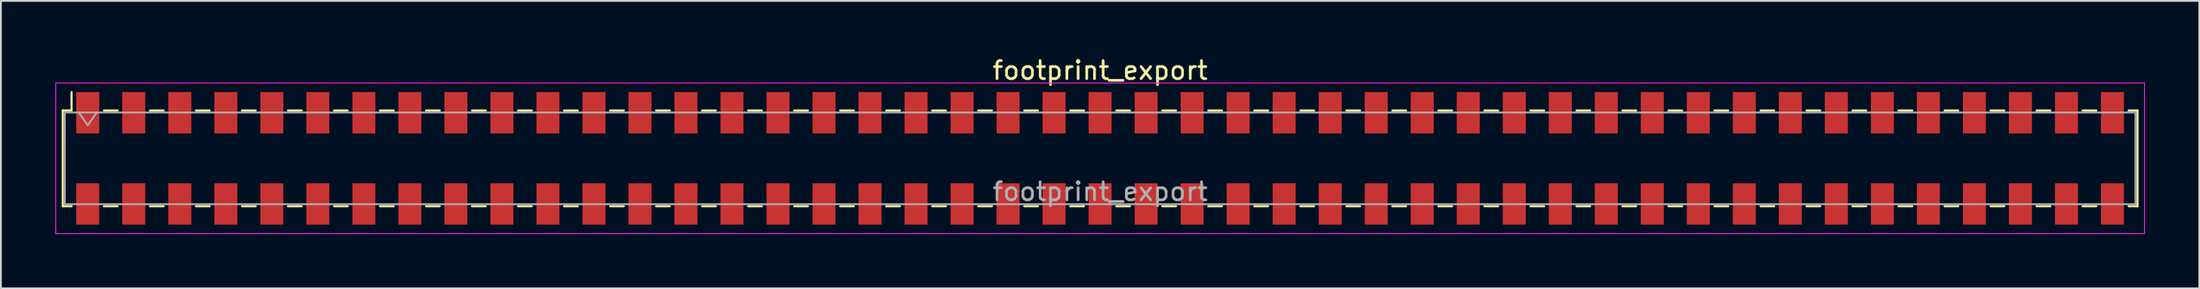
<source format=kicad_pcb>
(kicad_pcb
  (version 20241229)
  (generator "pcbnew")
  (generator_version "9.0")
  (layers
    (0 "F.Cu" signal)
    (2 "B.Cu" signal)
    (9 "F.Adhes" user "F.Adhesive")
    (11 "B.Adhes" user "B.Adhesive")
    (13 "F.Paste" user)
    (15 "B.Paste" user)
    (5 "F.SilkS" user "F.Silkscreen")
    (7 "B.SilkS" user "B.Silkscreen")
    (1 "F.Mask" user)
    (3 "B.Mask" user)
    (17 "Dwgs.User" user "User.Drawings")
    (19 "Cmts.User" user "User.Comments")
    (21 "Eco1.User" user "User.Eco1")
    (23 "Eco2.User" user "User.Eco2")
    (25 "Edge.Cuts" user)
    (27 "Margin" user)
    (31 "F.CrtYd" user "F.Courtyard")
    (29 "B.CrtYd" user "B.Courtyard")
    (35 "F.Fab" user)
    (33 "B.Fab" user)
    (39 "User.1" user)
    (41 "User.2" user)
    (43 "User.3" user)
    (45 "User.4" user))
  (footprint "footprint_export"
    (layer "F.Cu")
    (at 57.675 5.718)
    (property "Reference" "footprint_export" (at 0 -4.87 0) (layer "F.SilkS") (effects (font (size 1 1) (thickness 0.15))))
    (attr smd)
    (fp_line (start -57.26 -2.65) (end -57.26 2.65) (stroke (width 0.12) (type solid)) (layer "F.SilkS"))
    (fp_line (start -57.26 2.65) (end -56.775 2.65) (stroke (width 0.12) (type solid)) (layer "F.SilkS"))
    (fp_line (start -56.775 -3.67) (end -56.775 -2.65) (stroke (width 0.12) (type solid)) (layer "F.SilkS"))
    (fp_line (start -56.775 -2.65) (end -57.26 -2.65) (stroke (width 0.12) (type solid)) (layer "F.SilkS"))
    (fp_line (start -54.985 -2.65) (end -54.235 -2.65) (stroke (width 0.12) (type solid)) (layer "F.SilkS"))
    (fp_line (start -54.985 2.65) (end -54.235 2.65) (stroke (width 0.12) (type solid)) (layer "F.SilkS"))
    (fp_line (start -52.445 -2.65) (end -51.695 -2.65) (stroke (width 0.12) (type solid)) (layer "F.SilkS"))
    (fp_line (start -52.445 2.65) (end -51.695 2.65) (stroke (width 0.12) (type solid)) (layer "F.SilkS"))
    (fp_line (start -49.905 -2.65) (end -49.155 -2.65) (stroke (width 0.12) (type solid)) (layer "F.SilkS"))
    (fp_line (start -49.905 2.65) (end -49.155 2.65) (stroke (width 0.12) (type solid)) (layer "F.SilkS"))
    (fp_line (start -47.365 -2.65) (end -46.615 -2.65) (stroke (width 0.12) (type solid)) (layer "F.SilkS"))
    (fp_line (start -47.365 2.65) (end -46.615 2.65) (stroke (width 0.12) (type solid)) (layer "F.SilkS"))
    (fp_line (start -44.825 -2.65) (end -44.075 -2.65) (stroke (width 0.12) (type solid)) (layer "F.SilkS"))
    (fp_line (start -44.825 2.65) (end -44.075 2.65) (stroke (width 0.12) (type solid)) (layer "F.SilkS"))
    (fp_line (start -42.285 -2.65) (end -41.535 -2.65) (stroke (width 0.12) (type solid)) (layer "F.SilkS"))
    (fp_line (start -42.285 2.65) (end -41.535 2.65) (stroke (width 0.12) (type solid)) (layer "F.SilkS"))
    (fp_line (start -39.745 -2.65) (end -38.995 -2.65) (stroke (width 0.12) (type solid)) (layer "F.SilkS"))
    (fp_line (start -39.745 2.65) (end -38.995 2.65) (stroke (width 0.12) (type solid)) (layer "F.SilkS"))
    (fp_line (start -37.205 -2.65) (end -36.455 -2.65) (stroke (width 0.12) (type solid)) (layer "F.SilkS"))
    (fp_line (start -37.205 2.65) (end -36.455 2.65) (stroke (width 0.12) (type solid)) (layer "F.SilkS"))
    (fp_line (start -34.665 -2.65) (end -33.915 -2.65) (stroke (width 0.12) (type solid)) (layer "F.SilkS"))
    (fp_line (start -34.665 2.65) (end -33.915 2.65) (stroke (width 0.12) (type solid)) (layer "F.SilkS"))
    (fp_line (start -32.125 -2.65) (end -31.375 -2.65) (stroke (width 0.12) (type solid)) (layer "F.SilkS"))
    (fp_line (start -32.125 2.65) (end -31.375 2.65) (stroke (width 0.12) (type solid)) (layer "F.SilkS"))
    (fp_line (start -29.585 -2.65) (end -28.835 -2.65) (stroke (width 0.12) (type solid)) (layer "F.SilkS"))
    (fp_line (start -29.585 2.65) (end -28.835 2.65) (stroke (width 0.12) (type solid)) (layer "F.SilkS"))
    (fp_line (start -27.045 -2.65) (end -26.295 -2.65) (stroke (width 0.12) (type solid)) (layer "F.SilkS"))
    (fp_line (start -27.045 2.65) (end -26.295 2.65) (stroke (width 0.12) (type solid)) (layer "F.SilkS"))
    (fp_line (start -24.505 -2.65) (end -23.755 -2.65) (stroke (width 0.12) (type solid)) (layer "F.SilkS"))
    (fp_line (start -24.505 2.65) (end -23.755 2.65) (stroke (width 0.12) (type solid)) (layer "F.SilkS"))
    (fp_line (start -21.965 -2.65) (end -21.215 -2.65) (stroke (width 0.12) (type solid)) (layer "F.SilkS"))
    (fp_line (start -21.965 2.65) (end -21.215 2.65) (stroke (width 0.12) (type solid)) (layer "F.SilkS"))
    (fp_line (start -19.425 -2.65) (end -18.675 -2.65) (stroke (width 0.12) (type solid)) (layer "F.SilkS"))
    (fp_line (start -19.425 2.65) (end -18.675 2.65) (stroke (width 0.12) (type solid)) (layer "F.SilkS"))
    (fp_line (start -16.885 -2.65) (end -16.135 -2.65) (stroke (width 0.12) (type solid)) (layer "F.SilkS"))
    (fp_line (start -16.885 2.65) (end -16.135 2.65) (stroke (width 0.12) (type solid)) (layer "F.SilkS"))
    (fp_line (start -14.345 -2.65) (end -13.595 -2.65) (stroke (width 0.12) (type solid)) (layer "F.SilkS"))
    (fp_line (start -14.345 2.65) (end -13.595 2.65) (stroke (width 0.12) (type solid)) (layer "F.SilkS"))
    (fp_line (start -11.805 -2.65) (end -11.055 -2.65) (stroke (width 0.12) (type solid)) (layer "F.SilkS"))
    (fp_line (start -11.805 2.65) (end -11.055 2.65) (stroke (width 0.12) (type solid)) (layer "F.SilkS"))
    (fp_line (start -9.265 -2.65) (end -8.515 -2.65) (stroke (width 0.12) (type solid)) (layer "F.SilkS"))
    (fp_line (start -9.265 2.65) (end -8.515 2.65) (stroke (width 0.12) (type solid)) (layer "F.SilkS"))
    (fp_line (start -6.725 -2.65) (end -5.975 -2.65) (stroke (width 0.12) (type solid)) (layer "F.SilkS"))
    (fp_line (start -6.725 2.65) (end -5.975 2.65) (stroke (width 0.12) (type solid)) (layer "F.SilkS"))
    (fp_line (start -4.185 -2.65) (end -3.435 -2.65) (stroke (width 0.12) (type solid)) (layer "F.SilkS"))
    (fp_line (start -4.185 2.65) (end -3.435 2.65) (stroke (width 0.12) (type solid)) (layer "F.SilkS"))
    (fp_line (start -1.645 -2.65) (end -0.895 -2.65) (stroke (width 0.12) (type solid)) (layer "F.SilkS"))
    (fp_line (start -1.645 2.65) (end -0.895 2.65) (stroke (width 0.12) (type solid)) (layer "F.SilkS"))
    (fp_line (start 0.895 -2.65) (end 1.645 -2.65) (stroke (width 0.12) (type solid)) (layer "F.SilkS"))
    (fp_line (start 0.895 2.65) (end 1.645 2.65) (stroke (width 0.12) (type solid)) (layer "F.SilkS"))
    (fp_line (start 3.435 -2.65) (end 4.185 -2.65) (stroke (width 0.12) (type solid)) (layer "F.SilkS"))
    (fp_line (start 3.435 2.65) (end 4.185 2.65) (stroke (width 0.12) (type solid)) (layer "F.SilkS"))
    (fp_line (start 5.975 -2.65) (end 6.725 -2.65) (stroke (width 0.12) (type solid)) (layer "F.SilkS"))
    (fp_line (start 5.975 2.65) (end 6.725 2.65) (stroke (width 0.12) (type solid)) (layer "F.SilkS"))
    (fp_line (start 8.515 -2.65) (end 9.265 -2.65) (stroke (width 0.12) (type solid)) (layer "F.SilkS"))
    (fp_line (start 8.515 2.65) (end 9.265 2.65) (stroke (width 0.12) (type solid)) (layer "F.SilkS"))
    (fp_line (start 11.055 -2.65) (end 11.805 -2.65) (stroke (width 0.12) (type solid)) (layer "F.SilkS"))
    (fp_line (start 11.055 2.65) (end 11.805 2.65) (stroke (width 0.12) (type solid)) (layer "F.SilkS"))
    (fp_line (start 13.595 -2.65) (end 14.345 -2.65) (stroke (width 0.12) (type solid)) (layer "F.SilkS"))
    (fp_line (start 13.595 2.65) (end 14.345 2.65) (stroke (width 0.12) (type solid)) (layer "F.SilkS"))
    (fp_line (start 16.135 -2.65) (end 16.885 -2.65) (stroke (width 0.12) (type solid)) (layer "F.SilkS"))
    (fp_line (start 16.135 2.65) (end 16.885 2.65) (stroke (width 0.12) (type solid)) (layer "F.SilkS"))
    (fp_line (start 18.675 -2.65) (end 19.425 -2.65) (stroke (width 0.12) (type solid)) (layer "F.SilkS"))
    (fp_line (start 18.675 2.65) (end 19.425 2.65) (stroke (width 0.12) (type solid)) (layer "F.SilkS"))
    (fp_line (start 21.215 -2.65) (end 21.965 -2.65) (stroke (width 0.12) (type solid)) (layer "F.SilkS"))
    (fp_line (start 21.215 2.65) (end 21.965 2.65) (stroke (width 0.12) (type solid)) (layer "F.SilkS"))
    (fp_line (start 23.755 -2.65) (end 24.505 -2.65) (stroke (width 0.12) (type solid)) (layer "F.SilkS"))
    (fp_line (start 23.755 2.65) (end 24.505 2.65) (stroke (width 0.12) (type solid)) (layer "F.SilkS"))
    (fp_line (start 26.295 -2.65) (end 27.045 -2.65) (stroke (width 0.12) (type solid)) (layer "F.SilkS"))
    (fp_line (start 26.295 2.65) (end 27.045 2.65) (stroke (width 0.12) (type solid)) (layer "F.SilkS"))
    (fp_line (start 28.835 -2.65) (end 29.585 -2.65) (stroke (width 0.12) (type solid)) (layer "F.SilkS"))
    (fp_line (start 28.835 2.65) (end 29.585 2.65) (stroke (width 0.12) (type solid)) (layer "F.SilkS"))
    (fp_line (start 31.375 -2.65) (end 32.125 -2.65) (stroke (width 0.12) (type solid)) (layer "F.SilkS"))
    (fp_line (start 31.375 2.65) (end 32.125 2.65) (stroke (width 0.12) (type solid)) (layer "F.SilkS"))
    (fp_line (start 33.915 -2.65) (end 34.665 -2.65) (stroke (width 0.12) (type solid)) (layer "F.SilkS"))
    (fp_line (start 33.915 2.65) (end 34.665 2.65) (stroke (width 0.12) (type solid)) (layer "F.SilkS"))
    (fp_line (start 36.455 -2.65) (end 37.205 -2.65) (stroke (width 0.12) (type solid)) (layer "F.SilkS"))
    (fp_line (start 36.455 2.65) (end 37.205 2.65) (stroke (width 0.12) (type solid)) (layer "F.SilkS"))
    (fp_line (start 38.995 -2.65) (end 39.745 -2.65) (stroke (width 0.12) (type solid)) (layer "F.SilkS"))
    (fp_line (start 38.995 2.65) (end 39.745 2.65) (stroke (width 0.12) (type solid)) (layer "F.SilkS"))
    (fp_line (start 41.535 -2.65) (end 42.285 -2.65) (stroke (width 0.12) (type solid)) (layer "F.SilkS"))
    (fp_line (start 41.535 2.65) (end 42.285 2.65) (stroke (width 0.12) (type solid)) (layer "F.SilkS"))
    (fp_line (start 44.075 -2.65) (end 44.825 -2.65) (stroke (width 0.12) (type solid)) (layer "F.SilkS"))
    (fp_line (start 44.075 2.65) (end 44.825 2.65) (stroke (width 0.12) (type solid)) (layer "F.SilkS"))
    (fp_line (start 46.615 -2.65) (end 47.365 -2.65) (stroke (width 0.12) (type solid)) (layer "F.SilkS"))
    (fp_line (start 46.615 2.65) (end 47.365 2.65) (stroke (width 0.12) (type solid)) (layer "F.SilkS"))
    (fp_line (start 49.155 -2.65) (end 49.905 -2.65) (stroke (width 0.12) (type solid)) (layer "F.SilkS"))
    (fp_line (start 49.155 2.65) (end 49.905 2.65) (stroke (width 0.12) (type solid)) (layer "F.SilkS"))
    (fp_line (start 51.695 -2.65) (end 52.445 -2.65) (stroke (width 0.12) (type solid)) (layer "F.SilkS"))
    (fp_line (start 51.695 2.65) (end 52.445 2.65) (stroke (width 0.12) (type solid)) (layer "F.SilkS"))
    (fp_line (start 54.235 -2.65) (end 54.985 -2.65) (stroke (width 0.12) (type solid)) (layer "F.SilkS"))
    (fp_line (start 54.235 2.65) (end 54.985 2.65) (stroke (width 0.12) (type solid)) (layer "F.SilkS"))
    (fp_line (start 56.775 -2.65) (end 57.26 -2.65) (stroke (width 0.12) (type solid)) (layer "F.SilkS"))
    (fp_line (start 57.26 -2.65) (end 57.26 2.65) (stroke (width 0.12) (type solid)) (layer "F.SilkS"))
    (fp_line (start 57.26 2.65) (end 56.775 2.65) (stroke (width 0.12) (type solid)) (layer "F.SilkS"))
    (fp_line (start -57.65 -4.17) (end 57.65 -4.17) (stroke (width 0.05) (type solid)) (layer "F.CrtYd"))
    (fp_line (start -57.65 4.17) (end -57.65 -4.17) (stroke (width 0.05) (type solid)) (layer "F.CrtYd"))
    (fp_line (start 57.65 -4.17) (end 57.65 4.17) (stroke (width 0.05) (type solid)) (layer "F.CrtYd"))
    (fp_line (start 57.65 4.17) (end -57.65 4.17) (stroke (width 0.05) (type solid)) (layer "F.CrtYd"))
    (fp_line (start -57.15 -2.54) (end 57.15 -2.54) (stroke (width 0.1) (type solid)) (layer "F.Fab"))
    (fp_line (start -57.15 2.54) (end -57.15 -2.54) (stroke (width 0.1) (type solid)) (layer "F.Fab"))
    (fp_line (start -56.38 -2.54) (end -55.88 -1.833) (stroke (width 0.1) (type solid)) (layer "F.Fab"))
    (fp_line (start -55.88 -1.833) (end -55.38 -2.54) (stroke (width 0.1) (type solid)) (layer "F.Fab"))
    (fp_line (start 57.15 -2.54) (end 57.15 2.54) (stroke (width 0.1) (type solid)) (layer "F.Fab"))
    (fp_line (start 57.15 2.54) (end -57.15 2.54) (stroke (width 0.1) (type solid)) (layer "F.Fab"))
    (fp_text user "${REFERENCE}" (at 0 1.84 0) (layer "F.Fab") (effects (font (size 1 1) (thickness 0.15))))
    (pad "1" smd rect (at -55.88 -2.525) (size 1.27 2.29) (layers "F.Cu" "F.Mask" "F.Paste"))
    (pad "2" smd rect (at -55.88 2.525) (size 1.27 2.29) (layers "F.Cu" "F.Mask" "F.Paste"))
    (pad "3" smd rect (at -53.34 -2.525) (size 1.27 2.29) (layers "F.Cu" "F.Mask" "F.Paste"))
    (pad "4" smd rect (at -53.34 2.525) (size 1.27 2.29) (layers "F.Cu" "F.Mask" "F.Paste"))
    (pad "5" smd rect (at -50.8 -2.525) (size 1.27 2.29) (layers "F.Cu" "F.Mask" "F.Paste"))
    (pad "6" smd rect (at -50.8 2.525) (size 1.27 2.29) (layers "F.Cu" "F.Mask" "F.Paste"))
    (pad "7" smd rect (at -48.26 -2.525) (size 1.27 2.29) (layers "F.Cu" "F.Mask" "F.Paste"))
    (pad "8" smd rect (at -48.26 2.525) (size 1.27 2.29) (layers "F.Cu" "F.Mask" "F.Paste"))
    (pad "9" smd rect (at -45.72 -2.525) (size 1.27 2.29) (layers "F.Cu" "F.Mask" "F.Paste"))
    (pad "10" smd rect (at -45.72 2.525) (size 1.27 2.29) (layers "F.Cu" "F.Mask" "F.Paste"))
    (pad "11" smd rect (at -43.18 -2.525) (size 1.27 2.29) (layers "F.Cu" "F.Mask" "F.Paste"))
    (pad "12" smd rect (at -43.18 2.525) (size 1.27 2.29) (layers "F.Cu" "F.Mask" "F.Paste"))
    (pad "13" smd rect (at -40.64 -2.525) (size 1.27 2.29) (layers "F.Cu" "F.Mask" "F.Paste"))
    (pad "14" smd rect (at -40.64 2.525) (size 1.27 2.29) (layers "F.Cu" "F.Mask" "F.Paste"))
    (pad "15" smd rect (at -38.1 -2.525) (size 1.27 2.29) (layers "F.Cu" "F.Mask" "F.Paste"))
    (pad "16" smd rect (at -38.1 2.525) (size 1.27 2.29) (layers "F.Cu" "F.Mask" "F.Paste"))
    (pad "17" smd rect (at -35.56 -2.525) (size 1.27 2.29) (layers "F.Cu" "F.Mask" "F.Paste"))
    (pad "18" smd rect (at -35.56 2.525) (size 1.27 2.29) (layers "F.Cu" "F.Mask" "F.Paste"))
    (pad "19" smd rect (at -33.02 -2.525) (size 1.27 2.29) (layers "F.Cu" "F.Mask" "F.Paste"))
    (pad "20" smd rect (at -33.02 2.525) (size 1.27 2.29) (layers "F.Cu" "F.Mask" "F.Paste"))
    (pad "21" smd rect (at -30.48 -2.525) (size 1.27 2.29) (layers "F.Cu" "F.Mask" "F.Paste"))
    (pad "22" smd rect (at -30.48 2.525) (size 1.27 2.29) (layers "F.Cu" "F.Mask" "F.Paste"))
    (pad "23" smd rect (at -27.94 -2.525) (size 1.27 2.29) (layers "F.Cu" "F.Mask" "F.Paste"))
    (pad "24" smd rect (at -27.94 2.525) (size 1.27 2.29) (layers "F.Cu" "F.Mask" "F.Paste"))
    (pad "25" smd rect (at -25.4 -2.525) (size 1.27 2.29) (layers "F.Cu" "F.Mask" "F.Paste"))
    (pad "26" smd rect (at -25.4 2.525) (size 1.27 2.29) (layers "F.Cu" "F.Mask" "F.Paste"))
    (pad "27" smd rect (at -22.86 -2.525) (size 1.27 2.29) (layers "F.Cu" "F.Mask" "F.Paste"))
    (pad "28" smd rect (at -22.86 2.525) (size 1.27 2.29) (layers "F.Cu" "F.Mask" "F.Paste"))
    (pad "29" smd rect (at -20.32 -2.525) (size 1.27 2.29) (layers "F.Cu" "F.Mask" "F.Paste"))
    (pad "30" smd rect (at -20.32 2.525) (size 1.27 2.29) (layers "F.Cu" "F.Mask" "F.Paste"))
    (pad "31" smd rect (at -17.78 -2.525) (size 1.27 2.29) (layers "F.Cu" "F.Mask" "F.Paste"))
    (pad "32" smd rect (at -17.78 2.525) (size 1.27 2.29) (layers "F.Cu" "F.Mask" "F.Paste"))
    (pad "33" smd rect (at -15.24 -2.525) (size 1.27 2.29) (layers "F.Cu" "F.Mask" "F.Paste"))
    (pad "34" smd rect (at -15.24 2.525) (size 1.27 2.29) (layers "F.Cu" "F.Mask" "F.Paste"))
    (pad "35" smd rect (at -12.7 -2.525) (size 1.27 2.29) (layers "F.Cu" "F.Mask" "F.Paste"))
    (pad "36" smd rect (at -12.7 2.525) (size 1.27 2.29) (layers "F.Cu" "F.Mask" "F.Paste"))
    (pad "37" smd rect (at -10.16 -2.525) (size 1.27 2.29) (layers "F.Cu" "F.Mask" "F.Paste"))
    (pad "38" smd rect (at -10.16 2.525) (size 1.27 2.29) (layers "F.Cu" "F.Mask" "F.Paste"))
    (pad "39" smd rect (at -7.62 -2.525) (size 1.27 2.29) (layers "F.Cu" "F.Mask" "F.Paste"))
    (pad "40" smd rect (at -7.62 2.525) (size 1.27 2.29) (layers "F.Cu" "F.Mask" "F.Paste"))
    (pad "41" smd rect (at -5.08 -2.525) (size 1.27 2.29) (layers "F.Cu" "F.Mask" "F.Paste"))
    (pad "42" smd rect (at -5.08 2.525) (size 1.27 2.29) (layers "F.Cu" "F.Mask" "F.Paste"))
    (pad "43" smd rect (at -2.54 -2.525) (size 1.27 2.29) (layers "F.Cu" "F.Mask" "F.Paste"))
    (pad "44" smd rect (at -2.54 2.525) (size 1.27 2.29) (layers "F.Cu" "F.Mask" "F.Paste"))
    (pad "45" smd rect (at 0 -2.525) (size 1.27 2.29) (layers "F.Cu" "F.Mask" "F.Paste"))
    (pad "46" smd rect (at 0 2.525) (size 1.27 2.29) (layers "F.Cu" "F.Mask" "F.Paste"))
    (pad "47" smd rect (at 2.54 -2.525) (size 1.27 2.29) (layers "F.Cu" "F.Mask" "F.Paste"))
    (pad "48" smd rect (at 2.54 2.525) (size 1.27 2.29) (layers "F.Cu" "F.Mask" "F.Paste"))
    (pad "49" smd rect (at 5.08 -2.525) (size 1.27 2.29) (layers "F.Cu" "F.Mask" "F.Paste"))
    (pad "50" smd rect (at 5.08 2.525) (size 1.27 2.29) (layers "F.Cu" "F.Mask" "F.Paste"))
    (pad "51" smd rect (at 7.62 -2.525) (size 1.27 2.29) (layers "F.Cu" "F.Mask" "F.Paste"))
    (pad "52" smd rect (at 7.62 2.525) (size 1.27 2.29) (layers "F.Cu" "F.Mask" "F.Paste"))
    (pad "53" smd rect (at 10.16 -2.525) (size 1.27 2.29) (layers "F.Cu" "F.Mask" "F.Paste"))
    (pad "54" smd rect (at 10.16 2.525) (size 1.27 2.29) (layers "F.Cu" "F.Mask" "F.Paste"))
    (pad "55" smd rect (at 12.7 -2.525) (size 1.27 2.29) (layers "F.Cu" "F.Mask" "F.Paste"))
    (pad "56" smd rect (at 12.7 2.525) (size 1.27 2.29) (layers "F.Cu" "F.Mask" "F.Paste"))
    (pad "57" smd rect (at 15.24 -2.525) (size 1.27 2.29) (layers "F.Cu" "F.Mask" "F.Paste"))
    (pad "58" smd rect (at 15.24 2.525) (size 1.27 2.29) (layers "F.Cu" "F.Mask" "F.Paste"))
    (pad "59" smd rect (at 17.78 -2.525) (size 1.27 2.29) (layers "F.Cu" "F.Mask" "F.Paste"))
    (pad "60" smd rect (at 17.78 2.525) (size 1.27 2.29) (layers "F.Cu" "F.Mask" "F.Paste"))
    (pad "61" smd rect (at 20.32 -2.525) (size 1.27 2.29) (layers "F.Cu" "F.Mask" "F.Paste"))
    (pad "62" smd rect (at 20.32 2.525) (size 1.27 2.29) (layers "F.Cu" "F.Mask" "F.Paste"))
    (pad "63" smd rect (at 22.86 -2.525) (size 1.27 2.29) (layers "F.Cu" "F.Mask" "F.Paste"))
    (pad "64" smd rect (at 22.86 2.525) (size 1.27 2.29) (layers "F.Cu" "F.Mask" "F.Paste"))
    (pad "65" smd rect (at 25.4 -2.525) (size 1.27 2.29) (layers "F.Cu" "F.Mask" "F.Paste"))
    (pad "66" smd rect (at 25.4 2.525) (size 1.27 2.29) (layers "F.Cu" "F.Mask" "F.Paste"))
    (pad "67" smd rect (at 27.94 -2.525) (size 1.27 2.29) (layers "F.Cu" "F.Mask" "F.Paste"))
    (pad "68" smd rect (at 27.94 2.525) (size 1.27 2.29) (layers "F.Cu" "F.Mask" "F.Paste"))
    (pad "69" smd rect (at 30.48 -2.525) (size 1.27 2.29) (layers "F.Cu" "F.Mask" "F.Paste"))
    (pad "70" smd rect (at 30.48 2.525) (size 1.27 2.29) (layers "F.Cu" "F.Mask" "F.Paste"))
    (pad "71" smd rect (at 33.02 -2.525) (size 1.27 2.29) (layers "F.Cu" "F.Mask" "F.Paste"))
    (pad "72" smd rect (at 33.02 2.525) (size 1.27 2.29) (layers "F.Cu" "F.Mask" "F.Paste"))
    (pad "73" smd rect (at 35.56 -2.525) (size 1.27 2.29) (layers "F.Cu" "F.Mask" "F.Paste"))
    (pad "74" smd rect (at 35.56 2.525) (size 1.27 2.29) (layers "F.Cu" "F.Mask" "F.Paste"))
    (pad "75" smd rect (at 38.1 -2.525) (size 1.27 2.29) (layers "F.Cu" "F.Mask" "F.Paste"))
    (pad "76" smd rect (at 38.1 2.525) (size 1.27 2.29) (layers "F.Cu" "F.Mask" "F.Paste"))
    (pad "77" smd rect (at 40.64 -2.525) (size 1.27 2.29) (layers "F.Cu" "F.Mask" "F.Paste"))
    (pad "78" smd rect (at 40.64 2.525) (size 1.27 2.29) (layers "F.Cu" "F.Mask" "F.Paste"))
    (pad "79" smd rect (at 43.18 -2.525) (size 1.27 2.29) (layers "F.Cu" "F.Mask" "F.Paste"))
    (pad "80" smd rect (at 43.18 2.525) (size 1.27 2.29) (layers "F.Cu" "F.Mask" "F.Paste"))
    (pad "81" smd rect (at 45.72 -2.525) (size 1.27 2.29) (layers "F.Cu" "F.Mask" "F.Paste"))
    (pad "82" smd rect (at 45.72 2.525) (size 1.27 2.29) (layers "F.Cu" "F.Mask" "F.Paste"))
    (pad "83" smd rect (at 48.26 -2.525) (size 1.27 2.29) (layers "F.Cu" "F.Mask" "F.Paste"))
    (pad "84" smd rect (at 48.26 2.525) (size 1.27 2.29) (layers "F.Cu" "F.Mask" "F.Paste"))
    (pad "85" smd rect (at 50.8 -2.525) (size 1.27 2.29) (layers "F.Cu" "F.Mask" "F.Paste"))
    (pad "86" smd rect (at 50.8 2.525) (size 1.27 2.29) (layers "F.Cu" "F.Mask" "F.Paste"))
    (pad "87" smd rect (at 53.34 -2.525) (size 1.27 2.29) (layers "F.Cu" "F.Mask" "F.Paste"))
    (pad "88" smd rect (at 53.34 2.525) (size 1.27 2.29) (layers "F.Cu" "F.Mask" "F.Paste"))
    (pad "89" smd rect (at 55.88 -2.525) (size 1.27 2.29) (layers "F.Cu" "F.Mask" "F.Paste"))
    (pad "90" smd rect (at 55.88 2.525) (size 1.27 2.29) (layers "F.Cu" "F.Mask" "F.Paste")))
  (gr_rect
    (start -3 -3)
    (end 118.35 12.913)
    (stroke (width 0.1) (type default))
    (fill no)
    (layer "Edge.Cuts")))
</source>
